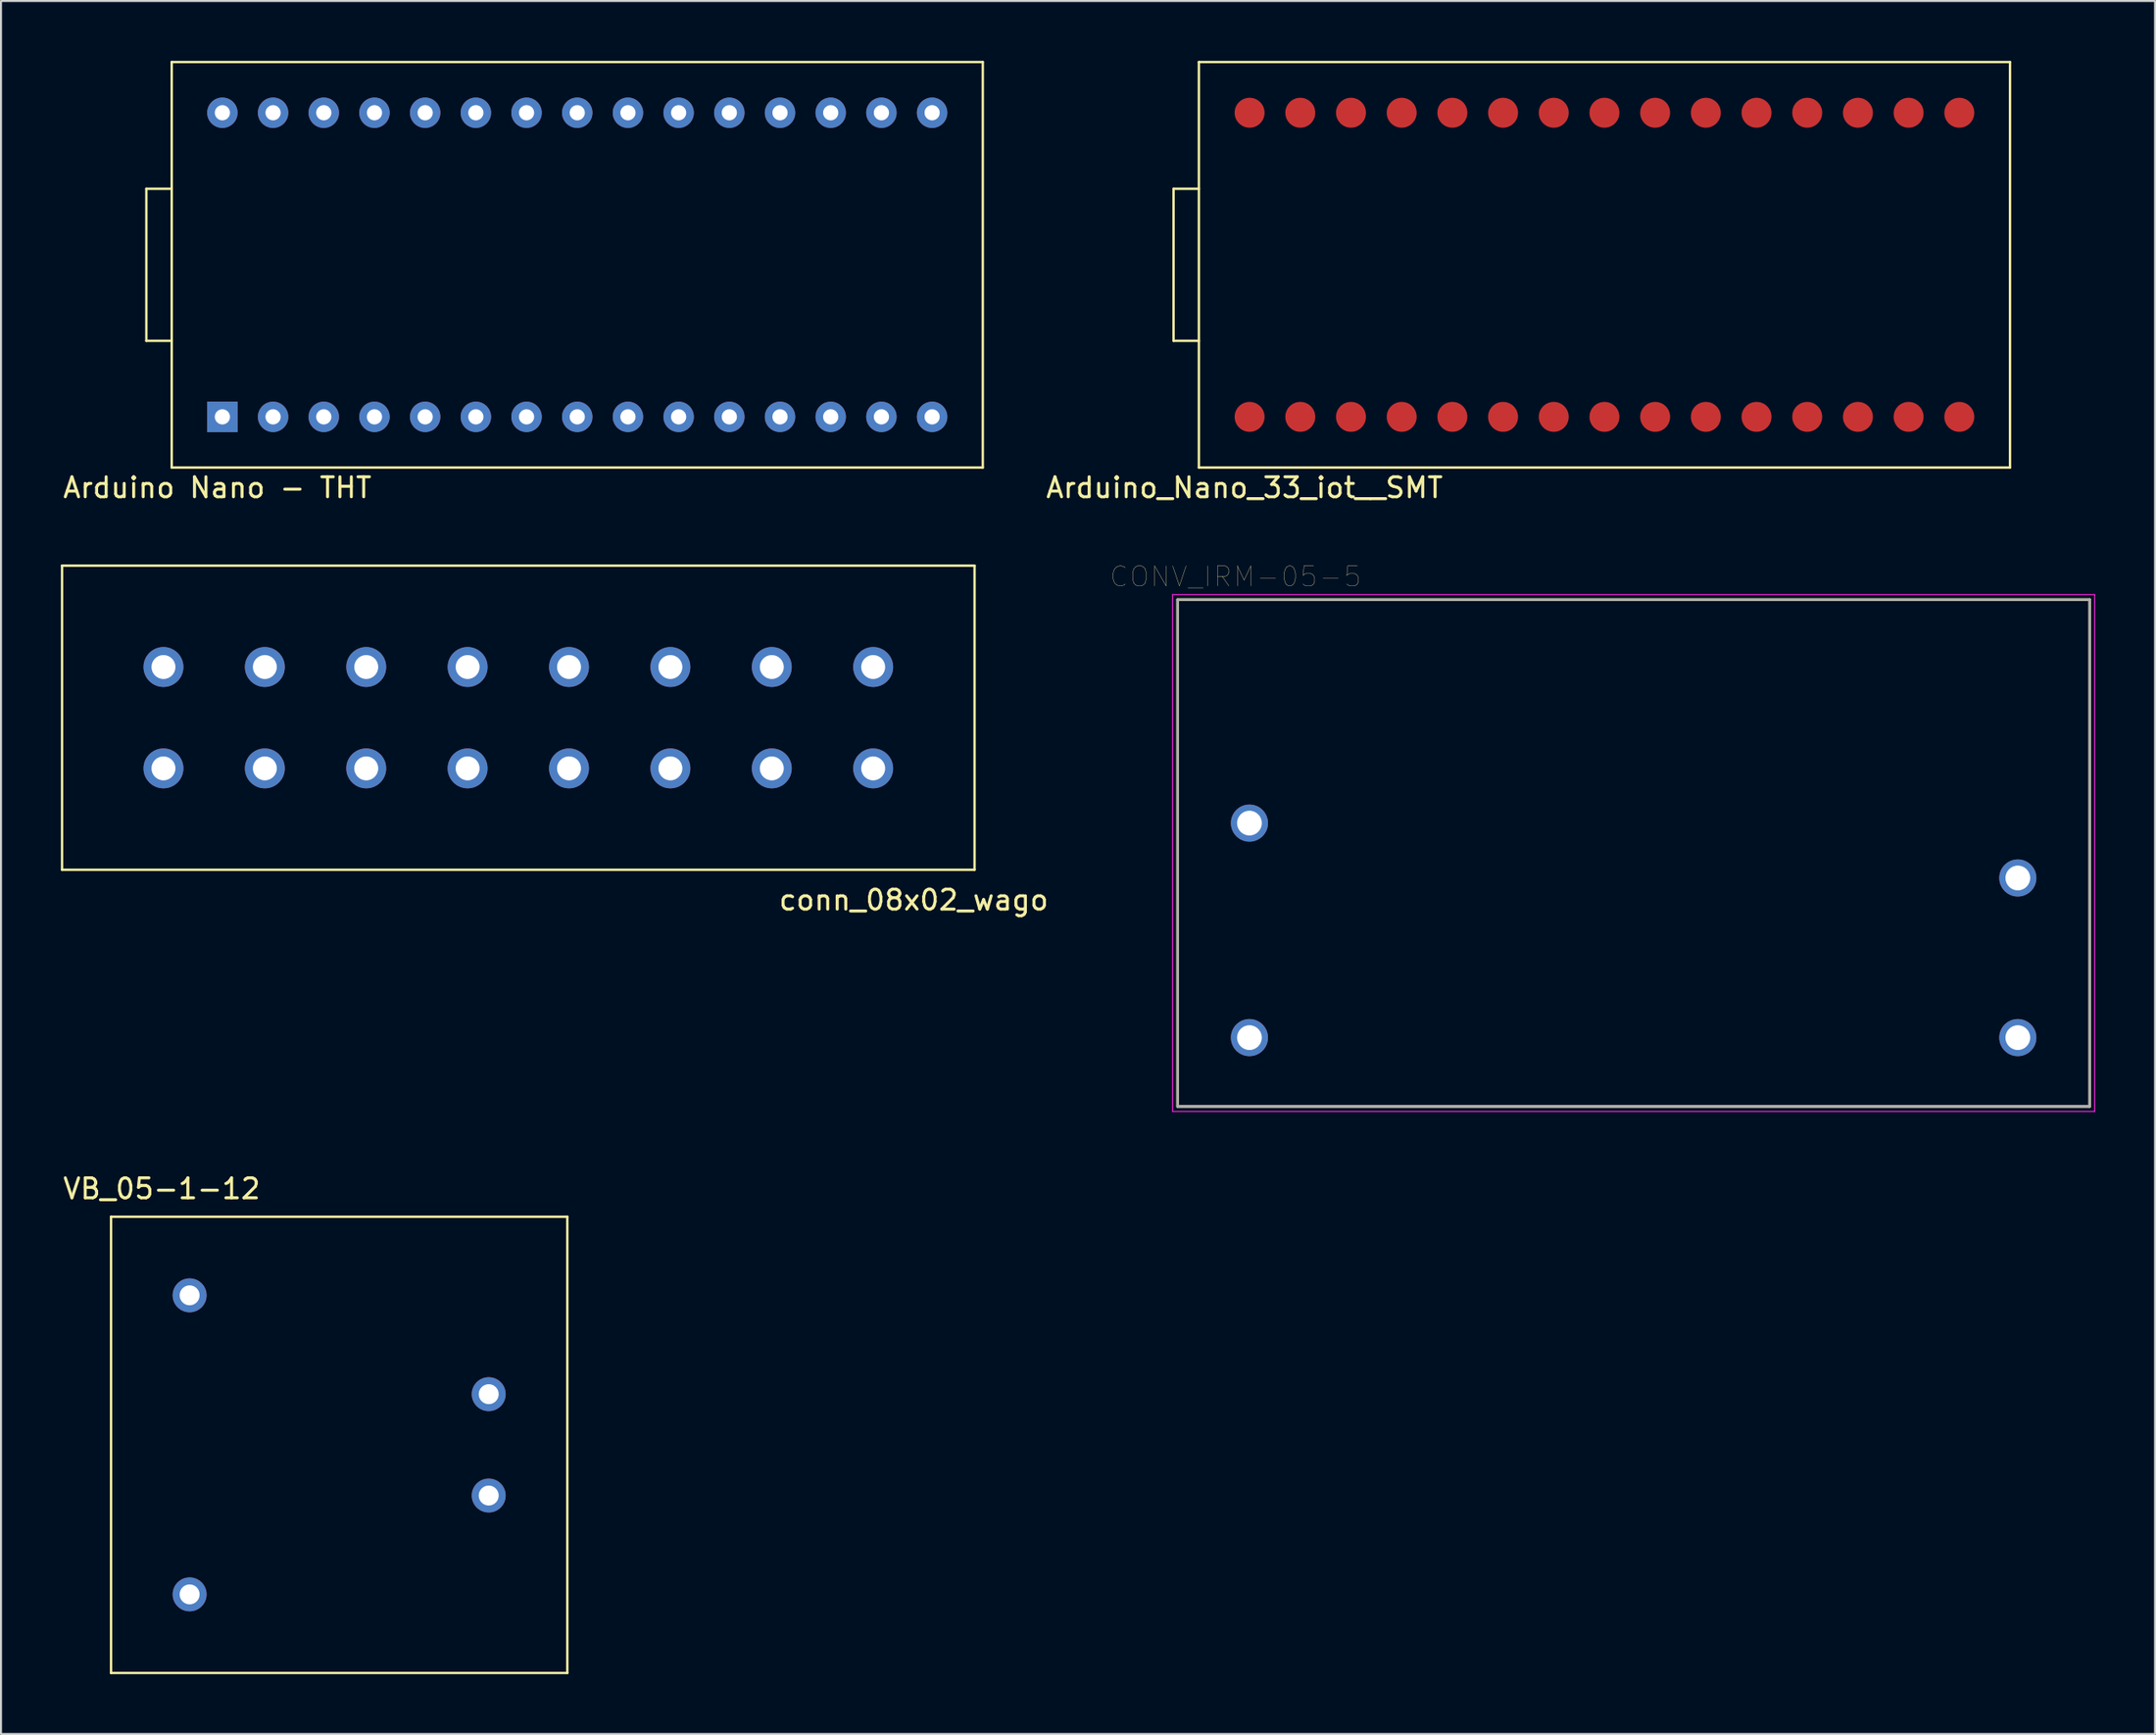
<source format=kicad_pcb>
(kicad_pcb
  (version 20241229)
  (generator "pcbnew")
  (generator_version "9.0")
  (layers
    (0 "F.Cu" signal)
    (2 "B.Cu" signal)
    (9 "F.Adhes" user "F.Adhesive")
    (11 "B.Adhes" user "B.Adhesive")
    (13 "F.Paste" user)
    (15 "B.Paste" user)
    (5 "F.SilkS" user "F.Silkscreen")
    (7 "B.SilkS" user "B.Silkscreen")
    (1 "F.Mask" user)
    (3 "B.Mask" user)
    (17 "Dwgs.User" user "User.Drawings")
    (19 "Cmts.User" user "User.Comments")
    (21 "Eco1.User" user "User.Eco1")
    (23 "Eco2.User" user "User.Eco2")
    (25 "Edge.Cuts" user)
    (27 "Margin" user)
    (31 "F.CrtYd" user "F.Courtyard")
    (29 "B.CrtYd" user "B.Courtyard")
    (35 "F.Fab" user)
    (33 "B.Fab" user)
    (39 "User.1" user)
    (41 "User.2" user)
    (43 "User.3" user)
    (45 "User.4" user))
  (footprint "Arduino_Nano_33_iot__SMT"
    (layer "F.Cu")
    (at 77.341 10.22)
    (property "Reference" "Arduino_Nano_33_iot__SMT" (at -18.034 11.168 0) (layer "F.SilkS") (effects (font (size 1 1) (thickness 0.15))))
    (attr through_hole)
    (fp_line (start -21.59 -3.81) (end -21.59 3.81) (stroke (width 0.12) (type solid)) (layer "F.SilkS"))
    (fp_line (start -21.59 3.81) (end -20.32 3.81) (stroke (width 0.12) (type solid)) (layer "F.SilkS"))
    (fp_line (start -20.32 -10.16) (end -20.32 10.16) (stroke (width 0.12) (type solid)) (layer "F.SilkS"))
    (fp_line (start -20.32 -3.81) (end -21.59 -3.81) (stroke (width 0.12) (type solid)) (layer "F.SilkS"))
    (fp_line (start -20.32 10.16) (end 20.32 10.16) (stroke (width 0.12) (type solid)) (layer "F.SilkS"))
    (fp_line (start 20.32 -10.16) (end -20.32 -10.16) (stroke (width 0.12) (type solid)) (layer "F.SilkS"))
    (fp_line (start 20.32 10.16) (end 20.32 -10.16) (stroke (width 0.12) (type solid)) (layer "F.SilkS"))
    (pad "1" smd circle (at -17.78 7.62) (size 1.5 1.5) (layers "F.Cu" "F.Mask" "F.Paste"))
    (pad "2" smd circle (at -15.24 7.62) (size 1.5 1.5) (layers "F.Cu" "F.Mask" "F.Paste"))
    (pad "3" smd circle (at -12.7 7.62) (size 1.5 1.5) (layers "F.Cu" "F.Mask" "F.Paste"))
    (pad "4" smd circle (at -10.16 7.62) (size 1.5 1.5) (layers "F.Cu" "F.Mask" "F.Paste"))
    (pad "5" smd circle (at -7.62 7.62) (size 1.5 1.5) (layers "F.Cu" "F.Mask" "F.Paste"))
    (pad "6" smd circle (at -5.08 7.62) (size 1.5 1.5) (layers "F.Cu" "F.Mask" "F.Paste"))
    (pad "7" smd circle (at -2.54 7.62) (size 1.5 1.5) (layers "F.Cu" "F.Mask" "F.Paste"))
    (pad "8" smd circle (at 0 7.62) (size 1.5 1.5) (layers "F.Cu" "F.Mask" "F.Paste"))
    (pad "9" smd circle (at 2.54 7.62) (size 1.5 1.5) (layers "F.Cu" "F.Mask" "F.Paste"))
    (pad "10" smd circle (at 5.08 7.62) (size 1.5 1.5) (layers "F.Cu" "F.Mask" "F.Paste"))
    (pad "11" smd circle (at 7.62 7.62) (size 1.5 1.5) (layers "F.Cu" "F.Mask" "F.Paste"))
    (pad "12" smd circle (at 10.16 7.62) (size 1.5 1.5) (layers "F.Cu" "F.Mask" "F.Paste"))
    (pad "13" smd circle (at 12.7 7.62) (size 1.5 1.5) (layers "F.Cu" "F.Mask" "F.Paste"))
    (pad "14" smd circle (at 15.24 7.62) (size 1.5 1.5) (layers "F.Cu" "F.Mask" "F.Paste"))
    (pad "15" smd circle (at 17.78 7.62) (size 1.5 1.5) (layers "F.Cu" "F.Mask" "F.Paste"))
    (pad "16" smd circle (at 17.78 -7.62) (size 1.5 1.5) (layers "F.Cu" "F.Mask" "F.Paste"))
    (pad "17" smd circle (at 15.24 -7.62) (size 1.5 1.5) (layers "F.Cu" "F.Mask" "F.Paste"))
    (pad "18" smd circle (at 12.7 -7.62) (size 1.5 1.5) (layers "F.Cu" "F.Mask" "F.Paste"))
    (pad "19" smd circle (at 10.16 -7.62) (size 1.5 1.5) (layers "F.Cu" "F.Mask" "F.Paste"))
    (pad "20" smd circle (at 7.62 -7.62) (size 1.5 1.5) (layers "F.Cu" "F.Mask" "F.Paste"))
    (pad "21" smd circle (at 5.08 -7.62) (size 1.5 1.5) (layers "F.Cu" "F.Mask" "F.Paste"))
    (pad "22" smd circle (at 2.54 -7.62) (size 1.5 1.5) (layers "F.Cu" "F.Mask" "F.Paste"))
    (pad "23" smd circle (at 0 -7.62) (size 1.5 1.5) (layers "F.Cu" "F.Mask" "F.Paste"))
    (pad "24" smd circle (at -2.54 -7.62) (size 1.5 1.5) (layers "F.Cu" "F.Mask" "F.Paste"))
    (pad "25" smd circle (at -5.08 -7.62) (size 1.5 1.5) (layers "F.Cu" "F.Mask" "F.Paste"))
    (pad "26" smd circle (at -7.62 -7.62) (size 1.5 1.5) (layers "F.Cu" "F.Mask" "F.Paste"))
    (pad "27" smd circle (at -10.16 -7.62) (size 1.5 1.5) (layers "F.Cu" "F.Mask" "F.Paste"))
    (pad "28" smd circle (at -12.7 -7.62) (size 1.5 1.5) (layers "F.Cu" "F.Mask" "F.Paste"))
    (pad "29" smd circle (at -15.24 -7.62) (size 1.5 1.5) (layers "F.Cu" "F.Mask" "F.Paste"))
    (pad "30" smd circle (at -17.78 -7.62) (size 1.5 1.5) (layers "F.Cu" "F.Mask" "F.Paste")))
  (footprint "VB_05-1-12"
    (layer "F.Cu")
    (at 13.944 69.356)
    (property "Reference" "VB_05-1-12" (at -8.89 -12.835 0) (layer "F.SilkS") (effects (font (size 1 1) (thickness 0.15))))
    (attr through_hole)
    (fp_line (start -11.43 -11.43) (end -11.43 11.43) (stroke (width 0.12) (type solid)) (layer "F.SilkS"))
    (fp_line (start -11.43 11.43) (end 11.43 11.43) (stroke (width 0.12) (type solid)) (layer "F.SilkS"))
    (fp_line (start 11.43 -11.43) (end -11.43 -11.43) (stroke (width 0.12) (type solid)) (layer "F.SilkS"))
    (fp_line (start 11.43 11.43) (end 11.43 -11.43) (stroke (width 0.12) (type solid)) (layer "F.SilkS"))
    (pad "1" thru_hole circle (at -7.493 -7.493) (size 1.7 1.7) (drill 1) (layers "*.Cu" "*.Mask"))
    (pad "2" thru_hole circle (at -7.493 7.493) (size 1.7 1.7) (drill 1) (layers "*.Cu" "*.Mask"))
    (pad "3" thru_hole circle (at 7.493 -2.54) (size 1.7 1.7) (drill 1) (layers "*.Cu" "*.Mask"))
    (pad "4" thru_hole circle (at 7.493 2.54) (size 1.7 1.7) (drill 1) (layers "*.Cu" "*.Mask")))
  (footprint "conn_08x02_wago"
    (layer "F.Cu")
    (at 22.92 32.916)
    (property "Reference" "conn_08x02_wago" (at 19.812 9.136 0) (layer "F.SilkS") (effects (font (size 1 1) (thickness 0.15))))
    (attr through_hole)
    (fp_line (start -22.86 -7.62) (end -22.86 7.62) (stroke (width 0.12) (type solid)) (layer "F.SilkS"))
    (fp_line (start -22.86 7.62) (end 22.86 7.62) (stroke (width 0.12) (type solid)) (layer "F.SilkS"))
    (fp_line (start 22.86 -7.62) (end -22.86 -7.62) (stroke (width 0.12) (type solid)) (layer "F.SilkS"))
    (fp_line (start 22.86 7.62) (end 22.86 -7.62) (stroke (width 0.12) (type solid)) (layer "F.SilkS"))
    (pad "1" thru_hole circle (at -17.78 -2.54) (size 2 2) (drill 1.2) (layers "*.Cu" "*.Mask"))
    (pad "1" thru_hole circle (at -17.78 2.54) (size 2 2) (drill 1.2) (layers "*.Cu" "*.Mask"))
    (pad "2" thru_hole circle (at -12.7 -2.54) (size 2 2) (drill 1.2) (layers "*.Cu" "*.Mask"))
    (pad "2" thru_hole circle (at -12.7 2.54) (size 2 2) (drill 1.2) (layers "*.Cu" "*.Mask"))
    (pad "3" thru_hole circle (at -7.62 -2.54) (size 2 2) (drill 1.2) (layers "*.Cu" "*.Mask"))
    (pad "3" thru_hole circle (at -7.62 2.54) (size 2 2) (drill 1.2) (layers "*.Cu" "*.Mask"))
    (pad "4" thru_hole circle (at -2.54 -2.54) (size 2 2) (drill 1.2) (layers "*.Cu" "*.Mask"))
    (pad "4" thru_hole circle (at -2.54 2.54) (size 2 2) (drill 1.2) (layers "*.Cu" "*.Mask"))
    (pad "5" thru_hole circle (at 2.54 -2.54) (size 2 2) (drill 1.2) (layers "*.Cu" "*.Mask"))
    (pad "5" thru_hole circle (at 2.54 2.54) (size 2 2) (drill 1.2) (layers "*.Cu" "*.Mask"))
    (pad "6" thru_hole circle (at 7.62 -2.54) (size 2 2) (drill 1.2) (layers "*.Cu" "*.Mask"))
    (pad "6" thru_hole circle (at 7.62 2.54) (size 2 2) (drill 1.2) (layers "*.Cu" "*.Mask"))
    (pad "7" thru_hole circle (at 12.7 -2.54) (size 2 2) (drill 1.2) (layers "*.Cu" "*.Mask"))
    (pad "7" thru_hole circle (at 12.7 2.54) (size 2 2) (drill 1.2) (layers "*.Cu" "*.Mask"))
    (pad "8" thru_hole circle (at 17.78 -2.54) (size 2 2) (drill 1.2) (layers "*.Cu" "*.Mask"))
    (pad "8" thru_hole circle (at 17.78 2.54) (size 2 2) (drill 1.2) (layers "*.Cu" "*.Mask")))
  (footprint "Arduino Nano - THT"
    (layer "F.Cu")
    (at 25.873 10.22)
    (property "Reference" "Arduino Nano - THT" (at -18.034 11.168 0) (layer "F.SilkS") (effects (font (size 1 1) (thickness 0.15))))
    (attr through_hole)
    (fp_line (start -21.59 -3.81) (end -21.59 3.81) (stroke (width 0.12) (type solid)) (layer "F.SilkS"))
    (fp_line (start -21.59 3.81) (end -20.32 3.81) (stroke (width 0.12) (type solid)) (layer "F.SilkS"))
    (fp_line (start -20.32 -10.16) (end -20.32 10.16) (stroke (width 0.12) (type solid)) (layer "F.SilkS"))
    (fp_line (start -20.32 -3.81) (end -21.59 -3.81) (stroke (width 0.12) (type solid)) (layer "F.SilkS"))
    (fp_line (start -20.32 10.16) (end 20.32 10.16) (stroke (width 0.12) (type solid)) (layer "F.SilkS"))
    (fp_line (start 20.32 -10.16) (end -20.32 -10.16) (stroke (width 0.12) (type solid)) (layer "F.SilkS"))
    (fp_line (start 20.32 10.16) (end 20.32 -10.16) (stroke (width 0.12) (type solid)) (layer "F.SilkS"))
    (pad "1" thru_hole rect (at -17.78 7.62) (size 1.524 1.524) (drill 0.762) (layers "*.Cu" "*.Mask"))
    (pad "2" thru_hole circle (at -15.24 7.62) (size 1.524 1.524) (drill 0.762) (layers "*.Cu" "*.Mask"))
    (pad "3" thru_hole circle (at -12.7 7.62) (size 1.524 1.524) (drill 0.762) (layers "*.Cu" "*.Mask"))
    (pad "4" thru_hole circle (at -10.16 7.62) (size 1.524 1.524) (drill 0.762) (layers "*.Cu" "*.Mask"))
    (pad "5" thru_hole circle (at -7.62 7.62) (size 1.524 1.524) (drill 0.762) (layers "*.Cu" "*.Mask"))
    (pad "6" thru_hole circle (at -5.08 7.62) (size 1.524 1.524) (drill 0.762) (layers "*.Cu" "*.Mask"))
    (pad "7" thru_hole circle (at -2.54 7.62) (size 1.524 1.524) (drill 0.762) (layers "*.Cu" "*.Mask"))
    (pad "8" thru_hole circle (at 0 7.62) (size 1.524 1.524) (drill 0.762) (layers "*.Cu" "*.Mask"))
    (pad "9" thru_hole circle (at 2.54 7.62) (size 1.524 1.524) (drill 0.762) (layers "*.Cu" "*.Mask"))
    (pad "10" thru_hole circle (at 5.08 7.62) (size 1.524 1.524) (drill 0.762) (layers "*.Cu" "*.Mask"))
    (pad "11" thru_hole circle (at 7.62 7.62) (size 1.524 1.524) (drill 0.762) (layers "*.Cu" "*.Mask"))
    (pad "12" thru_hole circle (at 10.16 7.62) (size 1.524 1.524) (drill 0.762) (layers "*.Cu" "*.Mask"))
    (pad "13" thru_hole circle (at 12.7 7.62) (size 1.524 1.524) (drill 0.762) (layers "*.Cu" "*.Mask"))
    (pad "14" thru_hole circle (at 15.24 7.62) (size 1.524 1.524) (drill 0.762) (layers "*.Cu" "*.Mask"))
    (pad "15" thru_hole circle (at 17.78 7.62) (size 1.524 1.524) (drill 0.762) (layers "*.Cu" "*.Mask"))
    (pad "16" thru_hole circle (at 17.78 -7.62) (size 1.524 1.524) (drill 0.762) (layers "*.Cu" "*.Mask"))
    (pad "17" thru_hole circle (at 15.24 -7.62) (size 1.524 1.524) (drill 0.762) (layers "*.Cu" "*.Mask"))
    (pad "18" thru_hole circle (at 12.7 -7.62) (size 1.524 1.524) (drill 0.762) (layers "*.Cu" "*.Mask"))
    (pad "19" thru_hole circle (at 10.16 -7.62) (size 1.524 1.524) (drill 0.762) (layers "*.Cu" "*.Mask"))
    (pad "20" thru_hole circle (at 7.62 -7.62) (size 1.524 1.524) (drill 0.762) (layers "*.Cu" "*.Mask"))
    (pad "21" thru_hole circle (at 5.08 -7.62) (size 1.524 1.524) (drill 0.762) (layers "*.Cu" "*.Mask"))
    (pad "22" thru_hole circle (at 2.54 -7.62) (size 1.524 1.524) (drill 0.762) (layers "*.Cu" "*.Mask"))
    (pad "23" thru_hole circle (at 0 -7.62) (size 1.524 1.524) (drill 0.762) (layers "*.Cu" "*.Mask"))
    (pad "24" thru_hole circle (at -2.54 -7.62) (size 1.524 1.524) (drill 0.762) (layers "*.Cu" "*.Mask"))
    (pad "25" thru_hole circle (at -5.08 -7.62) (size 1.524 1.524) (drill 0.762) (layers "*.Cu" "*.Mask"))
    (pad "26" thru_hole circle (at -7.62 -7.62) (size 1.524 1.524) (drill 0.762) (layers "*.Cu" "*.Mask"))
    (pad "27" thru_hole circle (at -10.16 -7.62) (size 1.524 1.524) (drill 0.762) (layers "*.Cu" "*.Mask"))
    (pad "28" thru_hole circle (at -12.7 -7.62) (size 1.524 1.524) (drill 0.762) (layers "*.Cu" "*.Mask"))
    (pad "29" thru_hole circle (at -15.24 -7.62) (size 1.524 1.524) (drill 0.762) (layers "*.Cu" "*.Mask"))
    (pad "30" thru_hole circle (at -17.78 -7.62) (size 1.524 1.524) (drill 0.762) (layers "*.Cu" "*.Mask")))
  (footprint "CONV_IRM-05-5"
    (layer "F.Cu")
    (at 78.803 39.698)
    (property "Reference" "CONV_IRM-05-5" (at -19.946 -13.849 0) (layer "F.SilkS") (effects (font (size 1.001 1.001) (thickness 0.015))))
    (attr through_hole)
    (fp_line (start -22.85 -12.7) (end 22.85 -12.7) (stroke (width 0.127) (type solid)) (layer "F.SilkS"))
    (fp_line (start -22.85 12.7) (end -22.85 -12.7) (stroke (width 0.127) (type solid)) (layer "F.SilkS"))
    (fp_line (start 22.85 -12.7) (end 22.85 12.7) (stroke (width 0.127) (type solid)) (layer "F.SilkS"))
    (fp_line (start 22.85 12.7) (end -22.85 12.7) (stroke (width 0.127) (type solid)) (layer "F.SilkS"))
    (fp_line (start -23.1 -12.95) (end 23.1 -12.95) (stroke (width 0.05) (type solid)) (layer "F.CrtYd"))
    (fp_line (start -23.1 12.95) (end -23.1 -12.95) (stroke (width 0.05) (type solid)) (layer "F.CrtYd"))
    (fp_line (start 23.1 -12.95) (end 23.1 12.95) (stroke (width 0.05) (type solid)) (layer "F.CrtYd"))
    (fp_line (start 23.1 12.95) (end -23.1 12.95) (stroke (width 0.05) (type solid)) (layer "F.CrtYd"))
    (fp_line (start -22.85 -12.7) (end 22.85 -12.7) (stroke (width 0.127) (type solid)) (layer "F.Fab"))
    (fp_line (start -22.85 12.7) (end -22.85 -12.7) (stroke (width 0.127) (type solid)) (layer "F.Fab"))
    (fp_line (start 22.85 -12.7) (end 22.85 12.7) (stroke (width 0.127) (type solid)) (layer "F.Fab"))
    (fp_line (start 22.85 12.7) (end -22.85 12.7) (stroke (width 0.127) (type solid)) (layer "F.Fab"))
    (pad "AC/L" thru_hole circle (at -19.25 9.25) (size 1.86 1.86) (drill 1.24) (layers "*.Cu" "*.Mask"))
    (pad "AC/N" thru_hole circle (at -19.25 -1.5) (size 1.86 1.86) (drill 1.24) (layers "*.Cu" "*.Mask"))
    (pad "VNEG" thru_hole circle (at 19.25 9.25) (size 1.86 1.86) (drill 1.24) (layers "*.Cu" "*.Mask"))
    (pad "VPOS" thru_hole circle (at 19.25 1.25) (size 1.86 1.86) (drill 1.24) (layers "*.Cu" "*.Mask")))
  (gr_rect
    (start -3 -3)
    (end 104.928 83.846)
    (stroke (width 0.1) (type default))
    (fill no)
    (layer "Edge.Cuts")))
</source>
